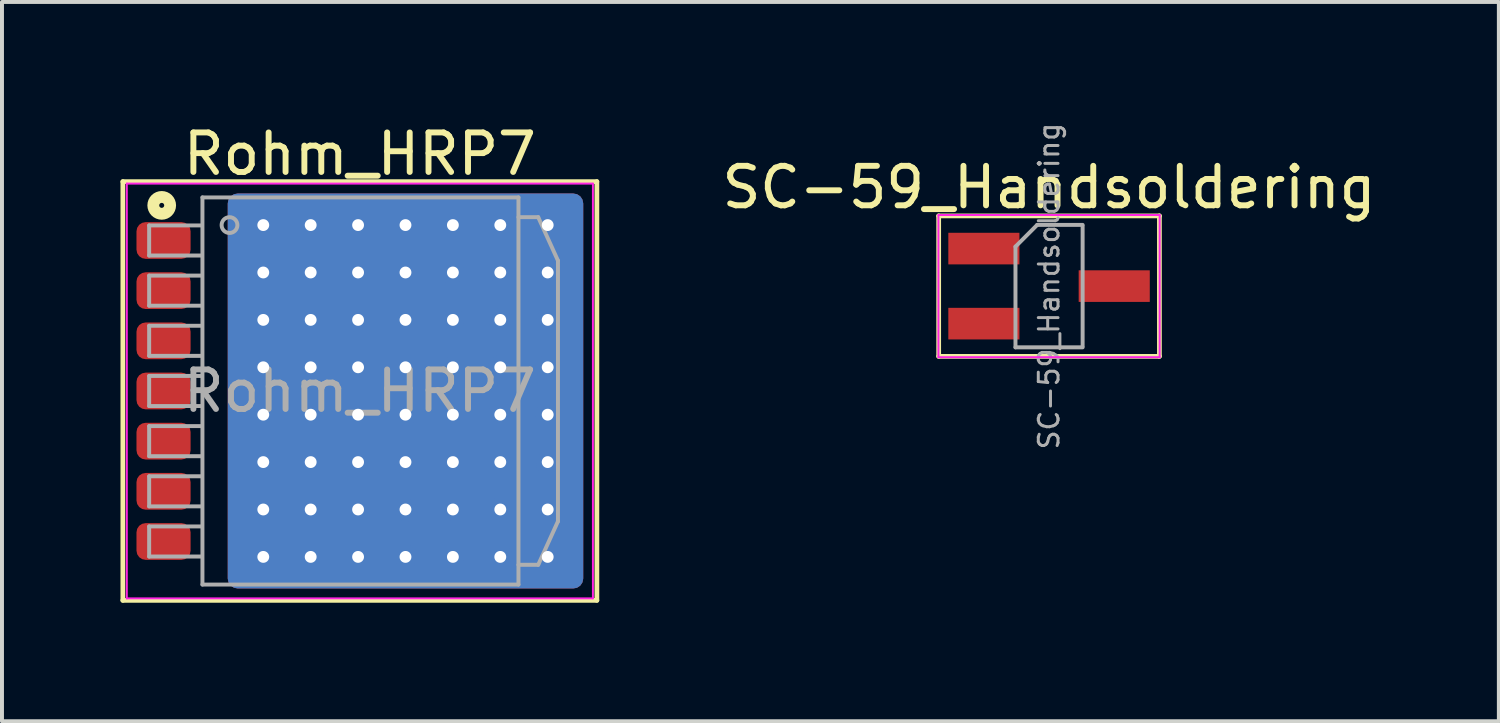
<source format=kicad_pcb>
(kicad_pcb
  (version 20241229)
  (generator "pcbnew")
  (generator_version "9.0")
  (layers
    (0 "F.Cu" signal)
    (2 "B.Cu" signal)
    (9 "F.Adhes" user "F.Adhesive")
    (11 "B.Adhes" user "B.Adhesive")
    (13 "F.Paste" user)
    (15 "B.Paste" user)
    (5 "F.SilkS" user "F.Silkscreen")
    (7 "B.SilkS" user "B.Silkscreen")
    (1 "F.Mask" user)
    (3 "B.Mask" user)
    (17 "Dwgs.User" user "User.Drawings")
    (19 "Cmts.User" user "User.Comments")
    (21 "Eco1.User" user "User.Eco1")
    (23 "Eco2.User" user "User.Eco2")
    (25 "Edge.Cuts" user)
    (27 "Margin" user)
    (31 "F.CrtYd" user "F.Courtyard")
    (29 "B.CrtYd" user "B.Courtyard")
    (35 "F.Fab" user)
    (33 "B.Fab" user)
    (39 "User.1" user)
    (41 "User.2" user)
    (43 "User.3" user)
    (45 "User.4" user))
  (footprint "SC-59_Handsoldering"
    (layer "F.Cu")
    (at 23.507 4.193)
    (property "Reference" "SC-59_Handsoldering" (at 0 -2.5 0) (layer "F.SilkS") (effects (font (size 1 1) (thickness 0.15))))
    (attr smd)
    (fp_line (start -2.794 -1.778) (end -2.794 1.778) (stroke (width 0.12) (type solid)) (layer "F.SilkS"))
    (fp_line (start -2.794 1.778) (end 2.794 1.778) (stroke (width 0.12) (type solid)) (layer "F.SilkS"))
    (fp_line (start 2.794 -1.778) (end -2.794 -1.778) (stroke (width 0.12) (type solid)) (layer "F.SilkS"))
    (fp_line (start 2.794 1.778) (end 2.794 -1.778) (stroke (width 0.12) (type solid)) (layer "F.SilkS"))
    (fp_line (start -2.8 -1.8) (end -2.8 1.8) (stroke (width 0.05) (type solid)) (layer "F.CrtYd"))
    (fp_line (start -2.8 -1.8) (end 2.8 -1.8) (stroke (width 0.05) (type solid)) (layer "F.CrtYd"))
    (fp_line (start 2.8 1.8) (end -2.8 1.8) (stroke (width 0.05) (type solid)) (layer "F.CrtYd"))
    (fp_line (start 2.8 1.8) (end 2.8 -1.8) (stroke (width 0.05) (type solid)) (layer "F.CrtYd"))
    (fp_line (start -0.85 1.55) (end -0.85 -1) (stroke (width 0.1) (type solid)) (layer "F.Fab"))
    (fp_line (start -0.85 1.55) (end 0.85 1.55) (stroke (width 0.1) (type solid)) (layer "F.Fab"))
    (fp_line (start -0.3 -1.55) (end -0.85 -1) (stroke (width 0.1) (type solid)) (layer "F.Fab"))
    (fp_line (start -0.3 -1.55) (end 0.85 -1.55) (stroke (width 0.1) (type solid)) (layer "F.Fab"))
    (fp_line (start 0.85 -1.52) (end 0.85 1.52) (stroke (width 0.1) (type solid)) (layer "F.Fab"))
    (fp_text user "${REFERENCE}" (at 0 0 90) (layer "F.Fab") (effects (font (size 0.5 0.5) (thickness 0.075))))
    (pad "1" smd rect (at -1.65 -0.95) (size 1.8 0.8) (layers "F.Cu" "F.Mask" "F.Paste"))
    (pad "2" smd rect (at -1.65 0.95) (size 1.8 0.8) (layers "F.Cu" "F.Mask" "F.Paste"))
    (pad "3" smd rect (at 1.65 0) (size 1.8 0.8) (layers "F.Cu" "F.Mask" "F.Paste")))
  (footprint "Rohm_HRP7"
    (layer "F.Cu")
    (at 6.06 6.848)
    (property "Reference" "Rohm_HRP7" (at 0 -6 0) (layer "F.SilkS") (effects (font (size 1 1) (thickness 0.15))))
    (attr smd)
    (fp_line (start -6 -5.3) (end -6 5.3) (stroke (width 0.12) (type solid)) (layer "F.SilkS"))
    (fp_line (start -6 5.3) (end 6 5.3) (stroke (width 0.12) (type solid)) (layer "F.SilkS"))
    (fp_line (start 6 -5.3) (end -6 -5.3) (stroke (width 0.12) (type solid)) (layer "F.SilkS"))
    (fp_line (start 6 5.3) (end 6 -5.3) (stroke (width 0.12) (type solid)) (layer "F.SilkS"))
    (fp_circle (center -5.016 -4.699) (end -4.953 -4.699) (stroke (width 0.3) (type solid)) (fill no) (layer "F.SilkS"))
    (fp_line (start -5.9 -5.25) (end -5.9 5.25) (stroke (width 0.05) (type solid)) (layer "F.CrtYd"))
    (fp_line (start -5.9 -5.25) (end 5.9 -5.25) (stroke (width 0.05) (type solid)) (layer "F.CrtYd"))
    (fp_line (start 5.9 5.25) (end -5.9 5.25) (stroke (width 0.05) (type solid)) (layer "F.CrtYd"))
    (fp_line (start 5.9 5.25) (end 5.9 -5.25) (stroke (width 0.05) (type solid)) (layer "F.CrtYd"))
    (fp_line (start -5.334 -4.191) (end -5.334 -3.429) (stroke (width 0.1) (type solid)) (layer "F.Fab"))
    (fp_line (start -5.334 -4.191) (end -4 -4.191) (stroke (width 0.1) (type solid)) (layer "F.Fab"))
    (fp_line (start -5.334 -3.429) (end -4 -3.429) (stroke (width 0.1) (type solid)) (layer "F.Fab"))
    (fp_line (start -5.334 -2.921) (end -5.334 -2.159) (stroke (width 0.1) (type solid)) (layer "F.Fab"))
    (fp_line (start -5.334 -2.921) (end -4 -2.921) (stroke (width 0.1) (type solid)) (layer "F.Fab"))
    (fp_line (start -5.334 -2.159) (end -4 -2.159) (stroke (width 0.1) (type solid)) (layer "F.Fab"))
    (fp_line (start -5.334 -1.651) (end -5.334 -0.889) (stroke (width 0.1) (type solid)) (layer "F.Fab"))
    (fp_line (start -5.334 -1.651) (end -4 -1.651) (stroke (width 0.1) (type solid)) (layer "F.Fab"))
    (fp_line (start -5.334 -0.889) (end -4 -0.889) (stroke (width 0.1) (type solid)) (layer "F.Fab"))
    (fp_line (start -5.334 -0.381) (end -5.334 0.381) (stroke (width 0.1) (type solid)) (layer "F.Fab"))
    (fp_line (start -5.334 -0.381) (end -4 -0.381) (stroke (width 0.1) (type solid)) (layer "F.Fab"))
    (fp_line (start -5.334 0.381) (end -4 0.381) (stroke (width 0.1) (type solid)) (layer "F.Fab"))
    (fp_line (start -5.334 0.889) (end -5.334 1.651) (stroke (width 0.1) (type solid)) (layer "F.Fab"))
    (fp_line (start -5.334 0.889) (end -4 0.889) (stroke (width 0.1) (type solid)) (layer "F.Fab"))
    (fp_line (start -5.334 1.651) (end -4 1.651) (stroke (width 0.1) (type solid)) (layer "F.Fab"))
    (fp_line (start -5.334 2.159) (end -5.334 2.921) (stroke (width 0.1) (type solid)) (layer "F.Fab"))
    (fp_line (start -5.334 2.159) (end -4 2.159) (stroke (width 0.1) (type solid)) (layer "F.Fab"))
    (fp_line (start -5.334 2.921) (end -4 2.921) (stroke (width 0.1) (type solid)) (layer "F.Fab"))
    (fp_line (start -5.334 3.429) (end -5.334 4.191) (stroke (width 0.1) (type solid)) (layer "F.Fab"))
    (fp_line (start -5.334 3.429) (end -4 3.429) (stroke (width 0.1) (type solid)) (layer "F.Fab"))
    (fp_line (start -5.334 4.191) (end -4 4.191) (stroke (width 0.1) (type solid)) (layer "F.Fab"))
    (fp_line (start -3.985 -4.9) (end 4.015 -4.9) (stroke (width 0.1) (type solid)) (layer "F.Fab"))
    (fp_line (start -3.985 4.9) (end -3.985 -4.9) (stroke (width 0.1) (type solid)) (layer "F.Fab"))
    (fp_line (start 4.015 -4.9) (end 4.015 4.9) (stroke (width 0.1) (type solid)) (layer "F.Fab"))
    (fp_line (start 4.015 -4.4) (end 4.515 -4.4) (stroke (width 0.1) (type solid)) (layer "F.Fab"))
    (fp_line (start 4.015 4.9) (end -3.985 4.9) (stroke (width 0.1) (type solid)) (layer "F.Fab"))
    (fp_line (start 4.515 -4.4) (end 5.015 -3.3) (stroke (width 0.1) (type solid)) (layer "F.Fab"))
    (fp_line (start 4.515 4.4) (end 4.015 4.4) (stroke (width 0.1) (type solid)) (layer "F.Fab"))
    (fp_line (start 5.015 -3.3) (end 5.015 3.3) (stroke (width 0.1) (type solid)) (layer "F.Fab"))
    (fp_line (start 5.015 3.3) (end 4.515 4.4) (stroke (width 0.1) (type solid)) (layer "F.Fab"))
    (fp_circle (center -3.3 -4.2) (end -3.1 -4.2) (stroke (width 0.1) (type solid)) (fill no) (layer "F.Fab"))
    (fp_text user "${REFERENCE}" (at 0 0 0) (layer "F.Fab") (effects (font (size 1 1) (thickness 0.15))))
    (pad "" smd roundrect (at -2.1 -3.6) (size 1.9 2.1) (layers "F.Paste") (roundrect_rratio 0.125))
    (pad "" smd roundrect (at -2.1 -1.2) (size 1.9 2.1) (layers "F.Paste") (roundrect_rratio 0.125))
    (pad "" smd roundrect (at -2.1 1.2) (size 1.9 2.1) (layers "F.Paste") (roundrect_rratio 0.125))
    (pad "" smd roundrect (at -2.1 3.6) (size 1.9 2.1) (layers "F.Paste") (roundrect_rratio 0.125))
    (pad "" smd roundrect (at 0.1 -3.6) (size 1.9 2.1) (layers "F.Paste") (roundrect_rratio 0.125))
    (pad "" smd roundrect (at 0.1 -1.2) (size 1.9 2.1) (layers "F.Paste") (roundrect_rratio 0.125))
    (pad "" smd roundrect (at 0.1 1.2) (size 1.9 2.1) (layers "F.Paste") (roundrect_rratio 0.125))
    (pad "" smd roundrect (at 0.1 3.6) (size 1.9 2.1) (layers "F.Paste") (roundrect_rratio 0.125))
    (pad "" smd roundrect (at 2.3 -3.6) (size 1.9 2.1) (layers "F.Paste") (roundrect_rratio 0.125))
    (pad "" smd roundrect (at 2.3 -1.2) (size 1.9 2.1) (layers "F.Paste") (roundrect_rratio 0.125))
    (pad "" smd roundrect (at 2.3 1.2) (size 1.9 2.1) (layers "F.Paste") (roundrect_rratio 0.125))
    (pad "" smd roundrect (at 2.3 3.6) (size 1.9 2.1) (layers "F.Paste") (roundrect_rratio 0.125))
    (pad "" smd roundrect (at 4.5 -3.6) (size 1.9 2.1) (layers "F.Paste") (roundrect_rratio 0.125))
    (pad "" smd roundrect (at 4.5 -1.2) (size 1.9 2.1) (layers "F.Paste") (roundrect_rratio 0.125))
    (pad "" smd roundrect (at 4.5 1.2) (size 1.9 2.1) (layers "F.Paste") (roundrect_rratio 0.125))
    (pad "" smd roundrect (at 4.5 3.6) (size 1.9 2.1) (layers "F.Paste") (roundrect_rratio 0.125))
    (pad "1" smd roundrect (at -4.97 -3.81) (size 1.37 0.93) (layers "F.Cu" "F.Mask" "F.Paste") (roundrect_rratio 0.25))
    (pad "2" smd roundrect (at -4.97 -2.54) (size 1.37 0.93) (layers "F.Cu" "F.Mask" "F.Paste") (roundrect_rratio 0.25))
    (pad "3" smd roundrect (at -4.97 -1.27) (size 1.37 0.93) (layers "F.Cu" "F.Mask" "F.Paste") (roundrect_rratio 0.25))
    (pad "4" smd roundrect (at -4.97 0) (size 1.37 0.93) (layers "F.Cu" "F.Mask" "F.Paste") (roundrect_rratio 0.25))
    (pad "4" thru_hole circle (at -2.445 -4.2) (size 0.6 0.6) (drill 0.3) (layers "*.Cu"))
    (pad "4" thru_hole circle (at -2.445 -3) (size 0.6 0.6) (drill 0.3) (layers "*.Cu"))
    (pad "4" thru_hole circle (at -2.445 -1.8) (size 0.6 0.6) (drill 0.3) (layers "*.Cu"))
    (pad "4" thru_hole circle (at -2.445 -0.6) (size 0.6 0.6) (drill 0.3) (layers "*.Cu"))
    (pad "4" thru_hole circle (at -2.445 0.6) (size 0.6 0.6) (drill 0.3) (layers "*.Cu"))
    (pad "4" thru_hole circle (at -2.445 1.8) (size 0.6 0.6) (drill 0.3) (layers "*.Cu"))
    (pad "4" thru_hole circle (at -2.445 3) (size 0.6 0.6) (drill 0.3) (layers "*.Cu"))
    (pad "4" thru_hole circle (at -2.445 4.2) (size 0.6 0.6) (drill 0.3) (layers "*.Cu"))
    (pad "4" thru_hole circle (at -1.245 -4.2) (size 0.6 0.6) (drill 0.3) (layers "*.Cu"))
    (pad "4" thru_hole circle (at -1.245 -3) (size 0.6 0.6) (drill 0.3) (layers "*.Cu"))
    (pad "4" thru_hole circle (at -1.245 -1.8) (size 0.6 0.6) (drill 0.3) (layers "*.Cu"))
    (pad "4" thru_hole circle (at -1.245 -0.6) (size 0.6 0.6) (drill 0.3) (layers "*.Cu"))
    (pad "4" thru_hole circle (at -1.245 0.6) (size 0.6 0.6) (drill 0.3) (layers "*.Cu"))
    (pad "4" thru_hole circle (at -1.245 1.8) (size 0.6 0.6) (drill 0.3) (layers "*.Cu"))
    (pad "4" thru_hole circle (at -1.245 3) (size 0.6 0.6) (drill 0.3) (layers "*.Cu"))
    (pad "4" thru_hole circle (at -1.245 4.2) (size 0.6 0.6) (drill 0.3) (layers "*.Cu"))
    (pad "4" thru_hole circle (at -0.045 -4.2) (size 0.6 0.6) (drill 0.3) (layers "*.Cu"))
    (pad "4" thru_hole circle (at -0.045 -3) (size 0.6 0.6) (drill 0.3) (layers "*.Cu"))
    (pad "4" thru_hole circle (at -0.045 -1.8) (size 0.6 0.6) (drill 0.3) (layers "*.Cu"))
    (pad "4" thru_hole circle (at -0.045 -0.6) (size 0.6 0.6) (drill 0.3) (layers "*.Cu"))
    (pad "4" thru_hole circle (at -0.045 0.6) (size 0.6 0.6) (drill 0.3) (layers "*.Cu"))
    (pad "4" thru_hole circle (at -0.045 1.8) (size 0.6 0.6) (drill 0.3) (layers "*.Cu"))
    (pad "4" thru_hole circle (at -0.045 3) (size 0.6 0.6) (drill 0.3) (layers "*.Cu"))
    (pad "4" thru_hole circle (at -0.045 4.2) (size 0.6 0.6) (drill 0.3) (layers "*.Cu"))
    (pad "4" thru_hole circle (at 1.155 -4.2) (size 0.6 0.6) (drill 0.3) (layers "*.Cu"))
    (pad "4" thru_hole circle (at 1.155 -3) (size 0.6 0.6) (drill 0.3) (layers "*.Cu"))
    (pad "4" thru_hole circle (at 1.155 -1.8) (size 0.6 0.6) (drill 0.3) (layers "*.Cu"))
    (pad "4" thru_hole circle (at 1.155 -0.6) (size 0.6 0.6) (drill 0.3) (layers "*.Cu"))
    (pad "4" smd roundrect (at 1.155 0) (size 9 10) (layers "F.Cu" "F.Mask") (roundrect_rratio 0.028))
    (pad "4" smd roundrect (at 1.155 0) (size 9 10) (layers "B.Cu" "B.Mask") (roundrect_rratio 0.028))
    (pad "4" thru_hole circle (at 1.155 0.6) (size 0.6 0.6) (drill 0.3) (layers "*.Cu"))
    (pad "4" thru_hole circle (at 1.155 1.8) (size 0.6 0.6) (drill 0.3) (layers "*.Cu"))
    (pad "4" thru_hole circle (at 1.155 3) (size 0.6 0.6) (drill 0.3) (layers "*.Cu"))
    (pad "4" thru_hole circle (at 1.155 4.2) (size 0.6 0.6) (drill 0.3) (layers "*.Cu"))
    (pad "4" thru_hole circle (at 2.355 -4.2) (size 0.6 0.6) (drill 0.3) (layers "*.Cu"))
    (pad "4" thru_hole circle (at 2.355 -3) (size 0.6 0.6) (drill 0.3) (layers "*.Cu"))
    (pad "4" thru_hole circle (at 2.355 -1.8) (size 0.6 0.6) (drill 0.3) (layers "*.Cu"))
    (pad "4" thru_hole circle (at 2.355 -0.6) (size 0.6 0.6) (drill 0.3) (layers "*.Cu"))
    (pad "4" thru_hole circle (at 2.355 0.6) (size 0.6 0.6) (drill 0.3) (layers "*.Cu"))
    (pad "4" thru_hole circle (at 2.355 1.8) (size 0.6 0.6) (drill 0.3) (layers "*.Cu"))
    (pad "4" thru_hole circle (at 2.355 3) (size 0.6 0.6) (drill 0.3) (layers "*.Cu"))
    (pad "4" thru_hole circle (at 2.355 4.2) (size 0.6 0.6) (drill 0.3) (layers "*.Cu"))
    (pad "4" thru_hole circle (at 3.555 -4.2) (size 0.6 0.6) (drill 0.3) (layers "*.Cu"))
    (pad "4" thru_hole circle (at 3.555 -3) (size 0.6 0.6) (drill 0.3) (layers "*.Cu"))
    (pad "4" thru_hole circle (at 3.555 -1.8) (size 0.6 0.6) (drill 0.3) (layers "*.Cu"))
    (pad "4" thru_hole circle (at 3.555 -0.6) (size 0.6 0.6) (drill 0.3) (layers "*.Cu"))
    (pad "4" thru_hole circle (at 3.555 0.6) (size 0.6 0.6) (drill 0.3) (layers "*.Cu"))
    (pad "4" thru_hole circle (at 3.555 1.8) (size 0.6 0.6) (drill 0.3) (layers "*.Cu"))
    (pad "4" thru_hole circle (at 3.555 3) (size 0.6 0.6) (drill 0.3) (layers "*.Cu"))
    (pad "4" thru_hole circle (at 3.555 4.2) (size 0.6 0.6) (drill 0.3) (layers "*.Cu"))
    (pad "4" thru_hole circle (at 4.755 -4.2) (size 0.6 0.6) (drill 0.3) (layers "*.Cu"))
    (pad "4" thru_hole circle (at 4.755 -3) (size 0.6 0.6) (drill 0.3) (layers "*.Cu"))
    (pad "4" thru_hole circle (at 4.755 -1.8) (size 0.6 0.6) (drill 0.3) (layers "*.Cu"))
    (pad "4" thru_hole circle (at 4.755 -0.6) (size 0.6 0.6) (drill 0.3) (layers "*.Cu"))
    (pad "4" thru_hole circle (at 4.755 0.6) (size 0.6 0.6) (drill 0.3) (layers "*.Cu"))
    (pad "4" thru_hole circle (at 4.755 1.8) (size 0.6 0.6) (drill 0.3) (layers "*.Cu"))
    (pad "4" thru_hole circle (at 4.755 3) (size 0.6 0.6) (drill 0.3) (layers "*.Cu"))
    (pad "4" thru_hole circle (at 4.755 4.2) (size 0.6 0.6) (drill 0.3) (layers "*.Cu"))
    (pad "5" smd roundrect (at -4.97 1.27) (size 1.37 0.93) (layers "F.Cu" "F.Mask" "F.Paste") (roundrect_rratio 0.25))
    (pad "6" smd roundrect (at -4.97 2.54) (size 1.37 0.93) (layers "F.Cu" "F.Mask" "F.Paste") (roundrect_rratio 0.25))
    (pad "7" smd roundrect (at -4.97 3.81) (size 1.37 0.93) (layers "F.Cu" "F.Mask" "F.Paste") (roundrect_rratio 0.25)))
  (gr_rect
    (start -3 -3)
    (end 34.894 15.208)
    (stroke (width 0.1) (type default))
    (fill no)
    (layer "Edge.Cuts")))
</source>
